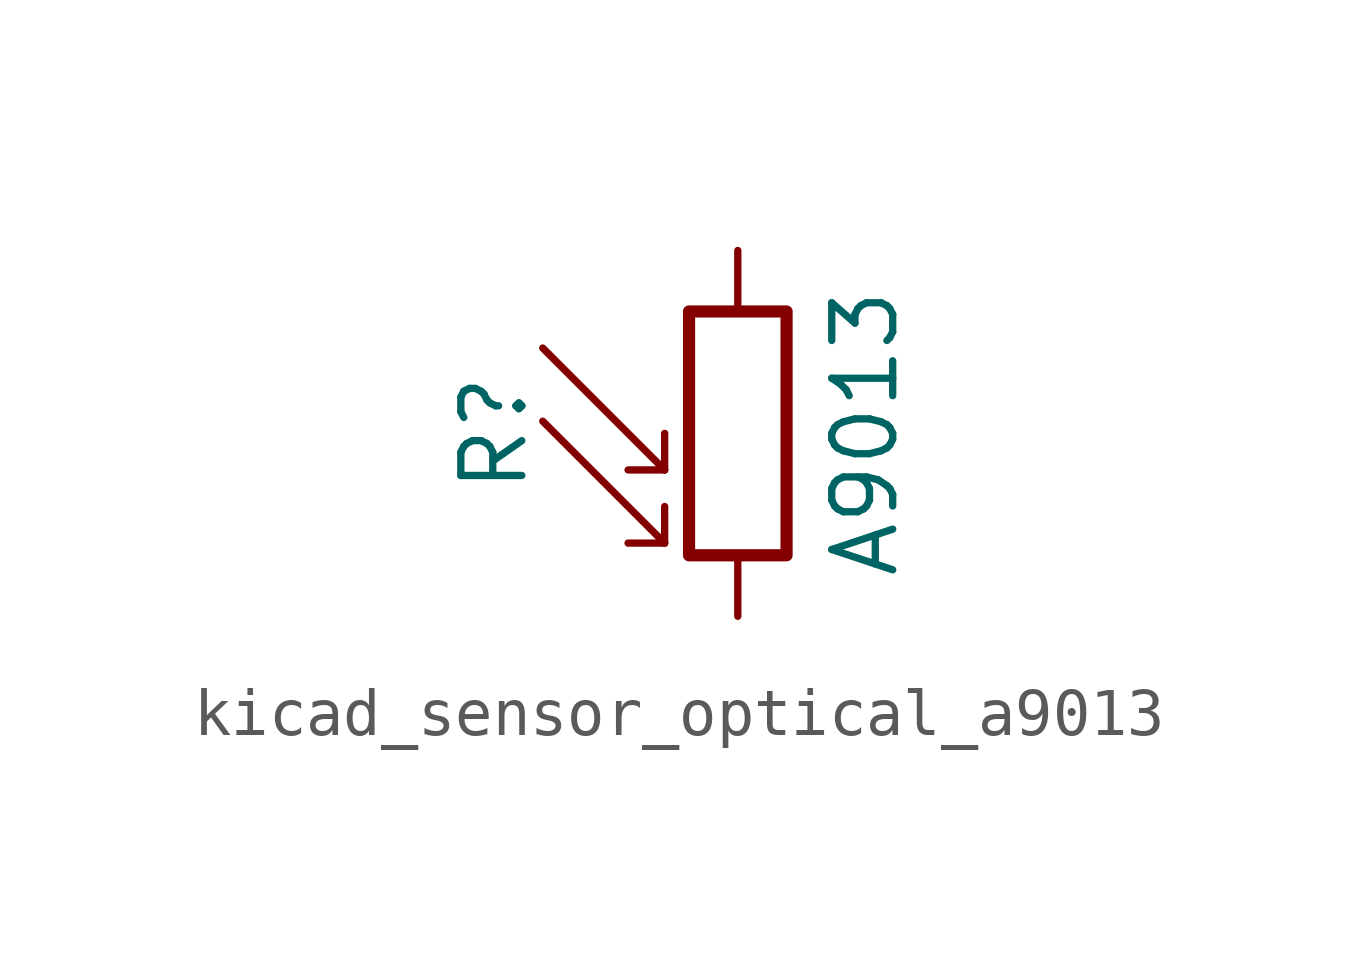
<source format=kicad_sym>
(kicad_symbol_lib
  (version 20220914)
  (generator kicad_symbol_editor)
  (symbol "kicad_sensor_optical_a9013"
    (pin_numbers hide)
    (pin_names
      (offset 0))
    (property "Reference" "R"
      (at -5.08 0 90)
      (effects (font (size 1.27 1.27))))
    (property "Value" "A9013"
      (at 1.905 0 90)
      (effects (font (size 1.27 1.27)) (justify top)))
    (symbol "kicad_sensor_optical_a9013_0_1"
      (rectangle (start -1.016 2.54) (end 1.016 -2.54) (stroke (width 0.254) (type default)) (fill (type none)))
      (polyline (pts (xy -1.524 -2.286) (xy -4.064 0.254)) (stroke (width 0) (type default)) (fill (type none)))
      (polyline (pts (xy -1.524 -2.286) (xy -2.286 -2.286)) (stroke (width 0) (type default)) (fill (type none)))
      (polyline (pts (xy -1.524 -2.286) (xy -1.524 -1.524)) (stroke (width 0) (type default)) (fill (type none)))
      (polyline (pts (xy -1.524 -0.762) (xy -4.064 1.778)) (stroke (width 0) (type default)) (fill (type none)))
      (polyline (pts (xy -1.524 -0.762) (xy -2.286 -0.762)) (stroke (width 0) (type default)) (fill (type none)))
      (polyline (pts (xy -1.524 -0.762) (xy -1.524 0)) (stroke (width 0) (type default)) (fill (type none))))
    (symbol "kicad_sensor_optical_a9013_1_1"
      (pin passive line (at 0 3.81 270) (length 1.27) (name "~" (effects (font (size 1.27 1.27)))) (number "1" (effects (font (size 1.27 1.27)))))
      (pin passive line (at 0 -3.81 90) (length 1.27) (name "~" (effects (font (size 1.27 1.27)))) (number "2" (effects (font (size 1.27 1.27))))))))
</source>
